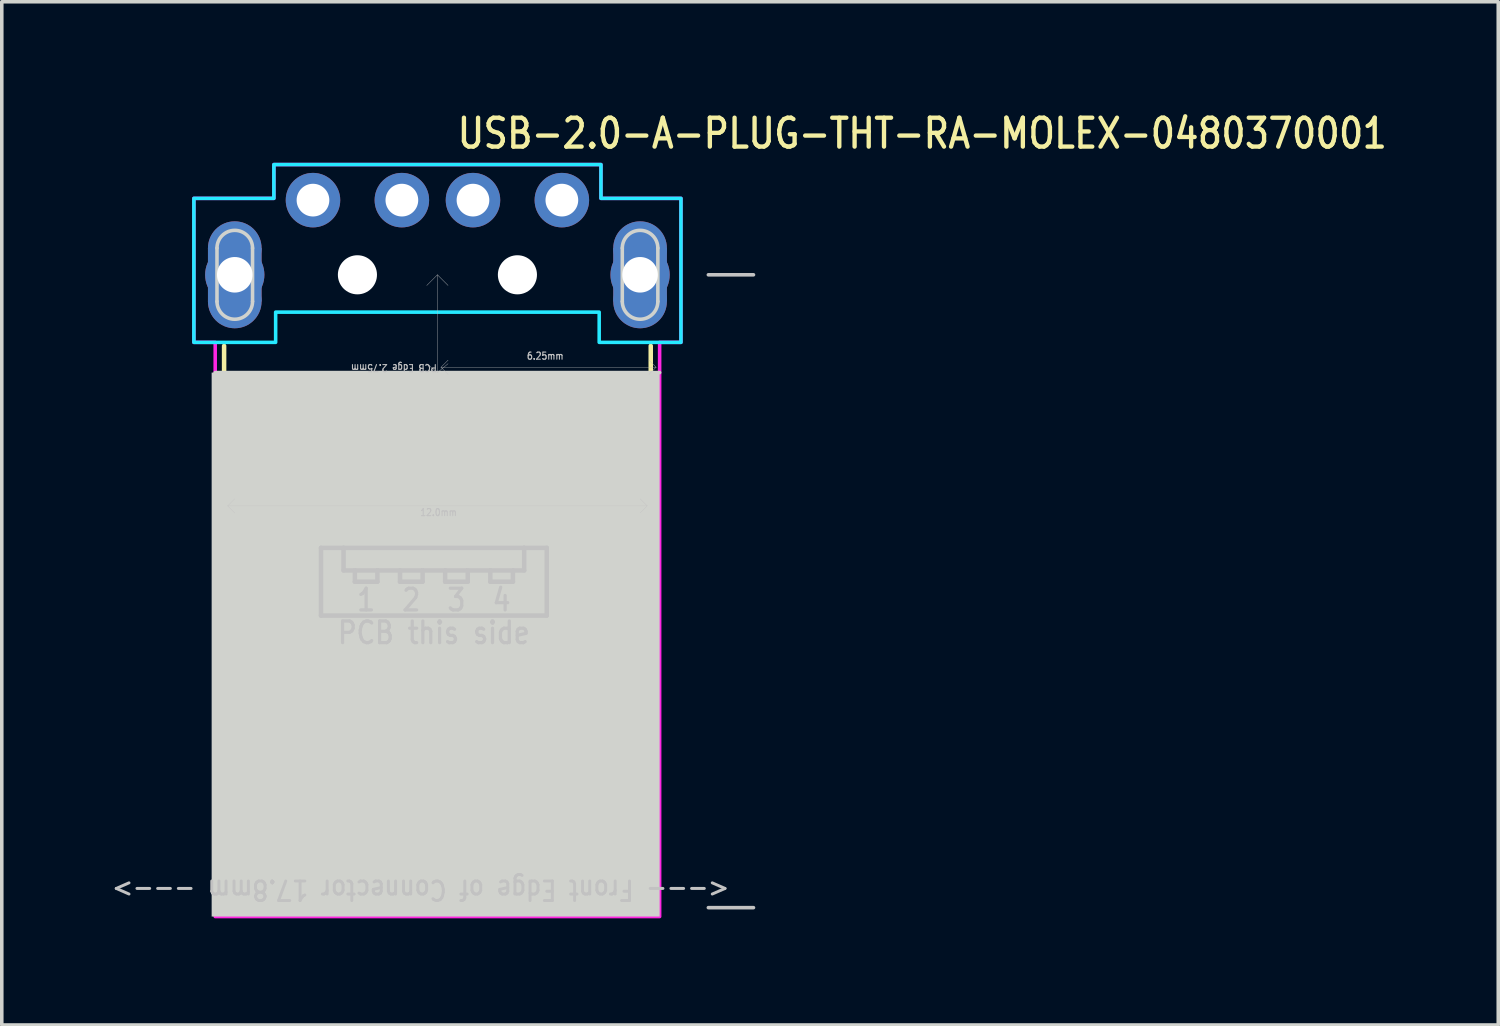
<source format=kicad_pcb>
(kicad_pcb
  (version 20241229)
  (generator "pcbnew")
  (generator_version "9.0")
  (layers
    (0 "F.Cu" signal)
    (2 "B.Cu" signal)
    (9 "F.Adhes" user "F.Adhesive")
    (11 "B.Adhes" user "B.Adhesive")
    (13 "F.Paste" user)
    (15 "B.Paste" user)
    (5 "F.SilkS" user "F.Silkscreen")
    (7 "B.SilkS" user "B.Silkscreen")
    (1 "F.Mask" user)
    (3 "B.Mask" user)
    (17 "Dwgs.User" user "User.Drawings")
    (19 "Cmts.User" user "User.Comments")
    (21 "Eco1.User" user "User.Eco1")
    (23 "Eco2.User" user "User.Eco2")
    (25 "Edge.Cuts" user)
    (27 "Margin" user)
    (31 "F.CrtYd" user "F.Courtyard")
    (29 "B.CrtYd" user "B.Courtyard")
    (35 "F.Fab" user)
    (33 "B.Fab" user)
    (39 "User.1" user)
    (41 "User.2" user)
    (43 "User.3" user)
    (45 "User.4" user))
  (footprint "USB-2.0-A-PLUG-THT-RA-MOLEX-0480370001"
    (layer "F.Cu")
    (at 9.253 4.679)
    (property "Reference" "USB-2.0-A-PLUG-THT-RA-MOLEX-0480370001" (at 0.5 -3.5 0) (unlocked yes) (layer "F.SilkS") (effects (font (size 0.813 0.695) (thickness 0.122)) (justify left bottom)))
    (fp_circle (center -5.7 -0.75) (end -6.454 -0.75) (stroke (width 0) (type solid)) (fill yes) (layer "F.Cu"))
    (fp_circle (center -5.7 0.75) (end -4.946 0.75) (stroke (width 0) (type solid)) (fill yes) (layer "F.Cu"))
    (fp_circle (center 5.7 -0.75) (end 4.946 -0.75) (stroke (width 0) (type solid)) (fill yes) (layer "F.Cu"))
    (fp_circle (center 5.7 0.75) (end 6.454 0.75) (stroke (width 0) (type solid)) (fill yes) (layer "F.Cu"))
    (fp_poly (pts (xy -6.454 0.75) (xy -6.454 -0.75) (xy -4.946 -0.75) (xy -4.946 0.75)) (stroke (width 0) (type solid)) (fill yes) (layer "F.Cu"))
    (fp_poly (pts (xy 4.946 0.75) (xy 4.946 -0.75) (xy 6.454 -0.75) (xy 6.454 0.75)) (stroke (width 0) (type solid)) (fill yes) (layer "F.Cu"))
    (fp_circle (center -5.7 -0.75) (end -6.554 -0.75) (stroke (width 0) (type solid)) (fill yes) (layer "F.Mask"))
    (fp_circle (center -5.7 0.75) (end -4.846 0.75) (stroke (width 0) (type solid)) (fill yes) (layer "F.Mask"))
    (fp_circle (center 5.7 -0.75) (end 4.846 -0.75) (stroke (width 0) (type solid)) (fill yes) (layer "F.Mask"))
    (fp_circle (center 5.7 0.75) (end 6.554 0.75) (stroke (width 0) (type solid)) (fill yes) (layer "F.Mask"))
    (fp_poly (pts (xy -6.554 0.75) (xy -6.554 -0.75) (xy -4.846 -0.75) (xy -4.846 0.75)) (stroke (width 0) (type solid)) (fill yes) (layer "F.Mask"))
    (fp_poly (pts (xy 4.846 0.75) (xy 4.846 -0.75) (xy 6.554 -0.75) (xy 6.554 0.75)) (stroke (width 0) (type solid)) (fill yes) (layer "F.Mask"))
    (fp_circle (center -5.7 -0.75) (end -4.946 -0.75) (stroke (width 0) (type solid)) (fill yes) (layer "B.Cu"))
    (fp_circle (center -5.7 0.75) (end -6.454 0.75) (stroke (width 0) (type solid)) (fill yes) (layer "B.Cu"))
    (fp_circle (center 5.7 -0.75) (end 6.454 -0.75) (stroke (width 0) (type solid)) (fill yes) (layer "B.Cu"))
    (fp_circle (center 5.7 0.75) (end 4.946 0.75) (stroke (width 0) (type solid)) (fill yes) (layer "B.Cu"))
    (fp_poly (pts (xy -4.946 0.75) (xy -4.946 -0.75) (xy -6.454 -0.75) (xy -6.454 0.75)) (stroke (width 0) (type solid)) (fill yes) (layer "B.Cu"))
    (fp_poly (pts (xy 6.454 0.75) (xy 6.454 -0.75) (xy 4.946 -0.75) (xy 4.946 0.75)) (stroke (width 0) (type solid)) (fill yes) (layer "B.Cu"))
    (fp_circle (center -5.7 -0.75) (end -4.846 -0.75) (stroke (width 0) (type solid)) (fill yes) (layer "B.Mask"))
    (fp_circle (center -5.7 0.75) (end -6.554 0.75) (stroke (width 0) (type solid)) (fill yes) (layer "B.Mask"))
    (fp_circle (center 5.7 -0.75) (end 6.554 -0.75) (stroke (width 0) (type solid)) (fill yes) (layer "B.Mask"))
    (fp_circle (center 5.7 0.75) (end 4.846 0.75) (stroke (width 0) (type solid)) (fill yes) (layer "B.Mask"))
    (fp_poly (pts (xy -4.846 0.75) (xy -4.846 -0.75) (xy -6.554 -0.75) (xy -6.554 0.75)) (stroke (width 0) (type solid)) (fill yes) (layer "B.Mask"))
    (fp_poly (pts (xy 6.554 0.75) (xy 6.554 -0.75) (xy 4.846 -0.75) (xy 4.846 0.75)) (stroke (width 0) (type solid)) (fill yes) (layer "B.Mask"))
    (fp_line (start -6 2) (end -6 17.8) (stroke (width 0.127) (type solid)) (layer "F.SilkS"))
    (fp_line (start -6 17.8) (end 6 17.8) (stroke (width 0.127) (type solid)) (layer "F.SilkS"))
    (fp_line (start 6 17.8) (end 6 2) (stroke (width 0.127) (type solid)) (layer "F.SilkS"))
    (fp_line (start -5.9 6.5) (end 5.9 6.5) (stroke (width 0.01) (type solid)) (layer "Dwgs.User"))
    (fp_line (start -5.7 6.3) (end -5.9 6.5) (stroke (width 0.01) (type solid)) (layer "Dwgs.User"))
    (fp_line (start -5.7 6.7) (end -5.9 6.5) (stroke (width 0.01) (type solid)) (layer "Dwgs.User"))
    (fp_line (start -3.275 7.68) (end -2.64 7.68) (stroke (width 0.127) (type solid)) (layer "Dwgs.User"))
    (fp_line (start -3.275 9.585) (end -3.275 7.68) (stroke (width 0.127) (type solid)) (layer "Dwgs.User"))
    (fp_line (start -2.64 7.68) (end -2.64 8.315) (stroke (width 0.127) (type solid)) (layer "Dwgs.User"))
    (fp_line (start -2.64 7.68) (end 2.44 7.68) (stroke (width 0.127) (type solid)) (layer "Dwgs.User"))
    (fp_line (start -2.64 8.315) (end -2.322 8.315) (stroke (width 0.127) (type solid)) (layer "Dwgs.User"))
    (fp_line (start -2.322 8.315) (end -2.322 8.633) (stroke (width 0.127) (type solid)) (layer "Dwgs.User"))
    (fp_line (start -2.322 8.315) (end -1.688 8.315) (stroke (width 0.127) (type solid)) (layer "Dwgs.User"))
    (fp_line (start -2.322 8.633) (end -1.688 8.633) (stroke (width 0.127) (type solid)) (layer "Dwgs.User"))
    (fp_line (start -1.688 8.315) (end -1.052 8.315) (stroke (width 0.127) (type solid)) (layer "Dwgs.User"))
    (fp_line (start -1.688 8.633) (end -1.688 8.315) (stroke (width 0.127) (type solid)) (layer "Dwgs.User"))
    (fp_line (start -1.052 8.315) (end -1.052 8.633) (stroke (width 0.127) (type solid)) (layer "Dwgs.User"))
    (fp_line (start -1.052 8.315) (end -0.417 8.315) (stroke (width 0.127) (type solid)) (layer "Dwgs.User"))
    (fp_line (start -1.052 8.633) (end -0.417 8.633) (stroke (width 0.127) (type solid)) (layer "Dwgs.User"))
    (fp_line (start -0.417 8.315) (end 0.217 8.315) (stroke (width 0.127) (type solid)) (layer "Dwgs.User"))
    (fp_line (start -0.417 8.633) (end -0.417 8.315) (stroke (width 0.127) (type solid)) (layer "Dwgs.User"))
    (fp_line (start 0 0) (end -0.3 0.3) (stroke (width 0.01) (type solid)) (layer "Dwgs.User"))
    (fp_line (start 0 0) (end 0 2.75) (stroke (width 0.01) (type solid)) (layer "Dwgs.User"))
    (fp_line (start 0 0) (end 0.3 0.3) (stroke (width 0.01) (type solid)) (layer "Dwgs.User"))
    (fp_line (start 0 2.75) (end -0.3 2.5) (stroke (width 0.01) (type solid)) (layer "Dwgs.User"))
    (fp_line (start 0 2.75) (end 0.3 2.5) (stroke (width 0.01) (type solid)) (layer "Dwgs.User"))
    (fp_line (start 0.1 2.6) (end 6.15 2.6) (stroke (width 0.01) (type solid)) (layer "Dwgs.User"))
    (fp_line (start 0.217 8.315) (end 0.217 8.633) (stroke (width 0.127) (type solid)) (layer "Dwgs.User"))
    (fp_line (start 0.217 8.315) (end 0.853 8.315) (stroke (width 0.127) (type solid)) (layer "Dwgs.User"))
    (fp_line (start 0.217 8.633) (end 0.853 8.633) (stroke (width 0.127) (type solid)) (layer "Dwgs.User"))
    (fp_line (start 0.3 2.4) (end 0.1 2.6) (stroke (width 0.01) (type solid)) (layer "Dwgs.User"))
    (fp_line (start 0.3 2.8) (end 0.1 2.6) (stroke (width 0.01) (type solid)) (layer "Dwgs.User"))
    (fp_line (start 0.853 8.315) (end 1.488 8.315) (stroke (width 0.127) (type solid)) (layer "Dwgs.User"))
    (fp_line (start 0.853 8.633) (end 0.853 8.315) (stroke (width 0.127) (type solid)) (layer "Dwgs.User"))
    (fp_line (start 1.488 8.315) (end 1.488 8.633) (stroke (width 0.127) (type solid)) (layer "Dwgs.User"))
    (fp_line (start 1.488 8.315) (end 2.123 8.315) (stroke (width 0.127) (type solid)) (layer "Dwgs.User"))
    (fp_line (start 1.488 8.633) (end 2.123 8.633) (stroke (width 0.127) (type solid)) (layer "Dwgs.User"))
    (fp_line (start 2.123 8.315) (end 2.44 8.315) (stroke (width 0.127) (type solid)) (layer "Dwgs.User"))
    (fp_line (start 2.123 8.633) (end 2.123 8.315) (stroke (width 0.127) (type solid)) (layer "Dwgs.User"))
    (fp_line (start 2.44 7.68) (end 3.075 7.68) (stroke (width 0.127) (type solid)) (layer "Dwgs.User"))
    (fp_line (start 2.44 8.315) (end 2.44 7.68) (stroke (width 0.127) (type solid)) (layer "Dwgs.User"))
    (fp_line (start 3.075 7.68) (end 3.075 9.585) (stroke (width 0.127) (type solid)) (layer "Dwgs.User"))
    (fp_line (start 3.075 9.585) (end -3.275 9.585) (stroke (width 0.127) (type solid)) (layer "Dwgs.User"))
    (fp_line (start 5.9 6.5) (end 5.7 6.3) (stroke (width 0.01) (type solid)) (layer "Dwgs.User"))
    (fp_line (start 5.9 6.5) (end 5.7 6.7) (stroke (width 0.01) (type solid)) (layer "Dwgs.User"))
    (fp_line (start 5.95 2.8) (end 6.15 2.6) (stroke (width 0.01) (type solid)) (layer "Dwgs.User"))
    (fp_line (start 6.15 2.6) (end 5.95 2.4) (stroke (width 0.01) (type solid)) (layer "Dwgs.User"))
    (fp_line (start 7.62 0) (end 8.89 0) (stroke (width 0.1) (type solid)) (layer "Dwgs.User"))
    (fp_line (start 7.62 17.8) (end 8.89 17.8) (stroke (width 0.1) (type solid)) (layer "Dwgs.User"))
    (fp_line (start -6.25 2.75) (end 6.25 2.75) (stroke (width 0.1) (type solid)) (layer "Edge.Cuts"))
    (fp_line (start -6.2 0.75) (end -6.2 -0.75) (stroke (width 0.1) (type solid)) (layer "Edge.Cuts"))
    (fp_line (start -5.2 -0.75) (end -5.2 0.75) (stroke (width 0.1) (type solid)) (layer "Edge.Cuts"))
    (fp_line (start 5.2 0.75) (end 5.2 -0.75) (stroke (width 0.1) (type solid)) (layer "Edge.Cuts"))
    (fp_line (start 6.2 -0.75) (end 6.2 0.75) (stroke (width 0.1) (type solid)) (layer "Edge.Cuts"))
    (fp_arc (start -6.2 -0.75) (mid -5.7 -1.25) (end -5.2 -0.75) (stroke (width 0.1) (type solid)) (layer "Edge.Cuts"))
    (fp_arc (start -5.2 0.75) (mid -5.7 1.25) (end -6.2 0.75) (stroke (width 0.1) (type solid)) (layer "Edge.Cuts"))
    (fp_arc (start 5.2 -0.75) (mid 5.7 -1.25) (end 6.2 -0.75) (stroke (width 0.1) (type solid)) (layer "Edge.Cuts"))
    (fp_arc (start 6.2 0.75) (mid 5.7 1.25) (end 5.2 0.75) (stroke (width 0.1) (type solid)) (layer "Edge.Cuts"))
    (fp_poly (pts (xy -6.35 2.75) (xy 6.25 2.75) (xy 6.25 18.05) (xy -6.35 18.05)) (stroke (width 0) (type solid)) (fill yes) (layer "Edge.Cuts"))
    (fp_poly (pts (xy -6.85 -2.15) (xy -4.6 -2.15) (xy -4.6 -3.1) (xy 4.6 -3.1) (xy 4.6 -2.15) (xy 6.85 -2.15) (xy 6.85 1.9) (xy 4.55 1.9) (xy 4.55 1.05) (xy -4.55 1.05) (xy -4.55 1.9) (xy -6.85 1.9)) (stroke (width 0.1) (type solid)) (fill no) (layer "B.CrtYd"))
    (fp_poly (pts (xy -6.25 1.9) (xy -6.85 1.9) (xy -6.85 -2.15) (xy -4.6 -2.15) (xy -4.6 -3.1) (xy 4.6 -3.1) (xy 4.6 -2.15) (xy 6.85 -2.15) (xy 6.85 1.9) (xy 6.25 1.9) (xy 6.25 18.05) (xy -6.25 18.05)) (stroke (width 0.1) (type solid)) (fill no) (layer "F.CrtYd"))
    (fp_text user "3" (at 0.535 8.791 0) (unlocked yes) (layer "Dwgs.User") (effects (font (size 0.61 0.521) (thickness 0.091)) (justify top)))
    (fp_text user "6.25mm" (at 2.5 2.4 0) (unlocked yes) (layer "Dwgs.User") (effects (font (size 0.2 0.171) (thickness 0.03)) (justify left bottom)))
    (fp_text user "<--- Front Edge of Connector 17.8mm --->" (at 8.255 17.3 180) (unlocked yes) (layer "Dwgs.User") (effects (font (size 0.55 0.47) (thickness 0.083)) (justify left)))
    (fp_text user "PCB this side" (at -0.1 9.712 0) (unlocked yes) (layer "Dwgs.User") (effects (font (size 0.61 0.521) (thickness 0.091)) (justify top)))
    (fp_text user "12.0mm" (at -0.5 6.8 0) (unlocked yes) (layer "Dwgs.User") (effects (font (size 0.2 0.171) (thickness 0.03)) (justify left bottom)))
    (fp_text user "PCB Edge 2.75mm" (at 0 2.5 180) (unlocked yes) (layer "Dwgs.User") (effects (font (size 0.2 0.171) (thickness 0.03)) (justify left bottom)))
    (fp_text user "2" (at -0.735 8.791 0) (unlocked yes) (layer "Dwgs.User") (effects (font (size 0.61 0.521) (thickness 0.091)) (justify top)))
    (fp_text user "4" (at 1.805 8.791 0) (unlocked yes) (layer "Dwgs.User") (effects (font (size 0.61 0.521) (thickness 0.091)) (justify top)))
    (fp_text user "1" (at -2.005 8.791 0) (unlocked yes) (layer "Dwgs.User") (effects (font (size 0.61 0.521) (thickness 0.091)) (justify top)))
    (pad "" np_thru_hole circle (at -2.25 0) (size 1.1 1.1) (drill 1.1) (layers "*.Cu" "*.Mask"))
    (pad "" np_thru_hole circle (at 2.25 0) (size 1.1 1.1) (drill 1.1) (layers "*.Cu" "*.Mask"))
    (pad "1" thru_hole oval (at 3.5 -2.1) (size 1.533 1.533) (drill 0.92) (layers "*.Cu" "*.Mask"))
    (pad "2" thru_hole oval (at 1 -2.1) (size 1.533 1.533) (drill 0.92) (layers "*.Cu" "*.Mask"))
    (pad "3" thru_hole oval (at -1 -2.1) (size 1.533 1.533) (drill 0.92) (layers "*.Cu" "*.Mask"))
    (pad "4" thru_hole oval (at -3.5 -2.1) (size 1.533 1.533) (drill 0.92) (layers "*.Cu" "*.Mask"))
    (pad "S_1" thru_hole oval (at -5.7 0) (size 1.667 1.667) (drill 1) (layers "*.Cu" "*.Mask"))
    (pad "S_2" thru_hole oval (at 5.7 0) (size 1.667 1.667) (drill 1) (layers "*.Cu" "*.Mask")))
  (gr_rect
    (start -3 -3)
    (end 39.09 25.779)
    (stroke (width 0.1) (type default))
    (fill no)
    (layer "Edge.Cuts")))
</source>
